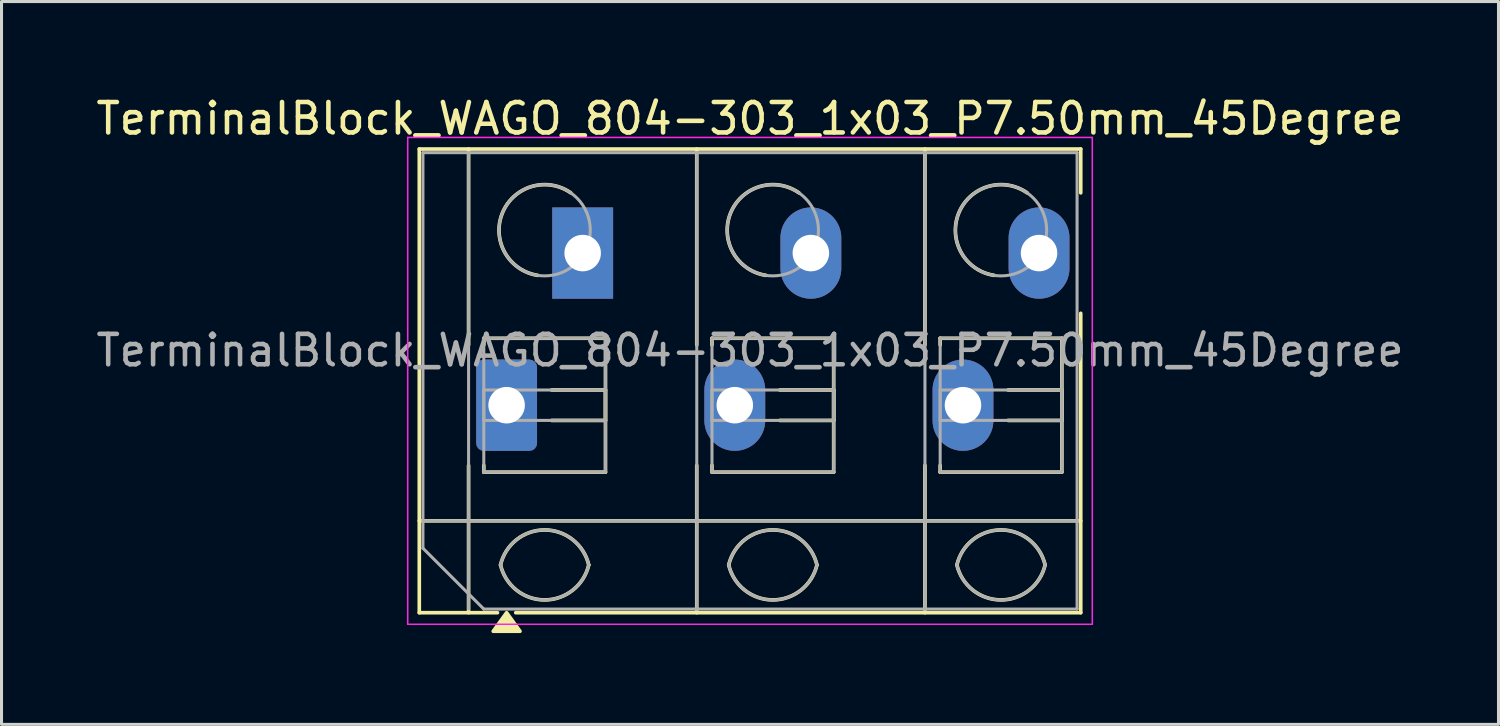
<source format=kicad_pcb>
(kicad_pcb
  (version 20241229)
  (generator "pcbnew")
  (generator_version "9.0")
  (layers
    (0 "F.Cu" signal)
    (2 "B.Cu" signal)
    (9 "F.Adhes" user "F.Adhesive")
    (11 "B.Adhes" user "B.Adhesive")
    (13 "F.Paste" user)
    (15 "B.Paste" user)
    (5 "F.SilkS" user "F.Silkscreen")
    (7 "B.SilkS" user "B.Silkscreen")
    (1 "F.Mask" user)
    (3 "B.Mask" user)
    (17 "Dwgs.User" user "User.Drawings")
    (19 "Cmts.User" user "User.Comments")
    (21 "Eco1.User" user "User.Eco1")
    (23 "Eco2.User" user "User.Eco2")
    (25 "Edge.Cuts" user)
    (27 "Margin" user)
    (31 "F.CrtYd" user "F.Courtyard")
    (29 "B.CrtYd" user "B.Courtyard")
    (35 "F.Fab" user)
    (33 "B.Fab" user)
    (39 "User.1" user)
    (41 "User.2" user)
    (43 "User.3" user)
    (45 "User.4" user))
  (footprint "TerminalBlock_WAGO_804-303_1x03_P7.50mm_45Degree"
    (layer "F.Cu")
    (at 13.601 10.268)
    (property "Reference" "TerminalBlock_WAGO_804-303_1x03_P7.50mm_45Degree" (at 8 -9.42 0) (layer "F.SilkS") (effects (font (size 1 1) (thickness 0.15))))
    (attr through_hole)
    (fp_line (start -2.87 -8.42) (end -2.87 6.82) (stroke (width 0.12) (type solid)) (layer "F.SilkS"))
    (fp_line (start -2.87 -8.42) (end 18.87 -8.42) (stroke (width 0.12) (type solid)) (layer "F.SilkS"))
    (fp_line (start -2.87 3.8) (end 18.87 3.8) (stroke (width 0.12) (type solid)) (layer "F.SilkS"))
    (fp_line (start -2.87 6.82) (end -0.3 6.82) (stroke (width 0.12) (type solid)) (layer "F.SilkS"))
    (fp_line (start -1.25 -8.42) (end -1.25 -1.98) (stroke (width 0.12) (type solid)) (layer "F.SilkS"))
    (fp_line (start -1.25 1.98) (end -1.25 6.82) (stroke (width 0.12) (type solid)) (layer "F.SilkS"))
    (fp_line (start -0.75 -2.2) (end -0.75 -1.98) (stroke (width 0.12) (type solid)) (layer "F.SilkS"))
    (fp_line (start -0.75 -2.2) (end 3.25 -2.2) (stroke (width 0.12) (type solid)) (layer "F.SilkS"))
    (fp_line (start -0.75 1.98) (end -0.75 2.2) (stroke (width 0.12) (type solid)) (layer "F.SilkS"))
    (fp_line (start -0.75 2.2) (end 3.25 2.2) (stroke (width 0.12) (type solid)) (layer "F.SilkS"))
    (fp_line (start 0.3 6.82) (end 18.87 6.82) (stroke (width 0.12) (type solid)) (layer "F.SilkS"))
    (fp_line (start 1.48 -0.5) (end 3.25 -0.5) (stroke (width 0.12) (type solid)) (layer "F.SilkS"))
    (fp_line (start 1.48 0.5) (end 3.25 0.5) (stroke (width 0.12) (type solid)) (layer "F.SilkS"))
    (fp_line (start 3.25 -2.2) (end 3.25 2.2) (stroke (width 0.12) (type solid)) (layer "F.SilkS"))
    (fp_line (start 3.25 -0.5) (end 3.25 0.5) (stroke (width 0.12) (type solid)) (layer "F.SilkS"))
    (fp_line (start 6.25 -8.42) (end 6.25 -1.98) (stroke (width 0.12) (type solid)) (layer "F.SilkS"))
    (fp_line (start 6.25 1.98) (end 6.25 6.82) (stroke (width 0.12) (type solid)) (layer "F.SilkS"))
    (fp_line (start 6.75 -2.2) (end 6.75 -1.98) (stroke (width 0.12) (type solid)) (layer "F.SilkS"))
    (fp_line (start 6.75 -2.2) (end 10.75 -2.2) (stroke (width 0.12) (type solid)) (layer "F.SilkS"))
    (fp_line (start 6.75 1.98) (end 6.75 2.2) (stroke (width 0.12) (type solid)) (layer "F.SilkS"))
    (fp_line (start 6.75 2.2) (end 10.75 2.2) (stroke (width 0.12) (type solid)) (layer "F.SilkS"))
    (fp_line (start 8.98 -0.5) (end 10.75 -0.5) (stroke (width 0.12) (type solid)) (layer "F.SilkS"))
    (fp_line (start 8.98 0.5) (end 10.75 0.5) (stroke (width 0.12) (type solid)) (layer "F.SilkS"))
    (fp_line (start 10.75 -2.2) (end 10.75 2.2) (stroke (width 0.12) (type solid)) (layer "F.SilkS"))
    (fp_line (start 10.75 -0.5) (end 10.75 0.5) (stroke (width 0.12) (type solid)) (layer "F.SilkS"))
    (fp_line (start 13.75 -8.42) (end 13.75 -1.98) (stroke (width 0.12) (type solid)) (layer "F.SilkS"))
    (fp_line (start 13.75 1.98) (end 13.75 6.82) (stroke (width 0.12) (type solid)) (layer "F.SilkS"))
    (fp_line (start 14.25 -2.2) (end 14.25 -1.98) (stroke (width 0.12) (type solid)) (layer "F.SilkS"))
    (fp_line (start 14.25 -2.2) (end 18.25 -2.2) (stroke (width 0.12) (type solid)) (layer "F.SilkS"))
    (fp_line (start 14.25 1.98) (end 14.25 2.2) (stroke (width 0.12) (type solid)) (layer "F.SilkS"))
    (fp_line (start 14.25 2.2) (end 18.25 2.2) (stroke (width 0.12) (type solid)) (layer "F.SilkS"))
    (fp_line (start 16.48 -0.5) (end 18.25 -0.5) (stroke (width 0.12) (type solid)) (layer "F.SilkS"))
    (fp_line (start 16.48 0.5) (end 18.25 0.5) (stroke (width 0.12) (type solid)) (layer "F.SilkS"))
    (fp_line (start 18.25 -2.2) (end 18.25 2.2) (stroke (width 0.12) (type solid)) (layer "F.SilkS"))
    (fp_line (start 18.25 -0.5) (end 18.25 0.5) (stroke (width 0.12) (type solid)) (layer "F.SilkS"))
    (fp_line (start 18.87 -8.42) (end 18.87 -6.98) (stroke (width 0.12) (type solid)) (layer "F.SilkS"))
    (fp_line (start 18.87 -3.02) (end 18.87 6.82) (stroke (width 0.12) (type solid)) (layer "F.SilkS"))
    (fp_arc (start -0.2 5.25) (mid 1.25 4.1) (end 2.7 5.25) (stroke (width 0.12) (type solid)) (layer "F.SilkS"))
    (fp_arc (start 1.02 -4.268) (mid -0.141916 -6.309209) (end 2.109 -6.98) (stroke (width 0.12) (type solid)) (layer "F.SilkS"))
    (fp_arc (start 2.7 5.25) (mid 1.25 6.4) (end -0.2 5.25) (stroke (width 0.12) (type solid)) (layer "F.SilkS"))
    (fp_arc (start 7.3 5.25) (mid 8.75 4.1) (end 10.2 5.25) (stroke (width 0.12) (type solid)) (layer "F.SilkS"))
    (fp_arc (start 8.52 -4.268) (mid 7.358084 -6.309209) (end 9.609 -6.98) (stroke (width 0.12) (type solid)) (layer "F.SilkS"))
    (fp_arc (start 10.2 5.25) (mid 8.75 6.4) (end 7.3 5.25) (stroke (width 0.12) (type solid)) (layer "F.SilkS"))
    (fp_arc (start 14.8 5.25) (mid 16.25 4.1) (end 17.7 5.25) (stroke (width 0.12) (type solid)) (layer "F.SilkS"))
    (fp_arc (start 16.02 -4.268) (mid 14.858084 -6.309209) (end 17.109 -6.98) (stroke (width 0.12) (type solid)) (layer "F.SilkS"))
    (fp_arc (start 17.7 5.25) (mid 16.25 6.4) (end 14.8 5.25) (stroke (width 0.12) (type solid)) (layer "F.SilkS"))
    (fp_poly (pts (xy 0 6.82) (xy 0.44 7.43) (xy -0.44 7.43)) (stroke (width 0.12) (type solid)) (fill yes) (layer "F.SilkS"))
    (fp_line (start -3.25 -8.8) (end -3.25 7.2) (stroke (width 0.05) (type solid)) (layer "F.CrtYd"))
    (fp_line (start -3.25 7.2) (end 19.25 7.2) (stroke (width 0.05) (type solid)) (layer "F.CrtYd"))
    (fp_line (start 19.25 -8.8) (end -3.25 -8.8) (stroke (width 0.05) (type solid)) (layer "F.CrtYd"))
    (fp_line (start 19.25 7.2) (end 19.25 -8.8) (stroke (width 0.05) (type solid)) (layer "F.CrtYd"))
    (fp_line (start -2.75 -8.3) (end 18.75 -8.3) (stroke (width 0.1) (type solid)) (layer "F.Fab"))
    (fp_line (start -2.75 3.8) (end 18.75 3.8) (stroke (width 0.1) (type solid)) (layer "F.Fab"))
    (fp_line (start -2.75 4.7) (end -2.75 -8.3) (stroke (width 0.1) (type solid)) (layer "F.Fab"))
    (fp_line (start -1.25 -8.3) (end -1.25 6.7) (stroke (width 0.1) (type solid)) (layer "F.Fab"))
    (fp_line (start -0.75 -2.2) (end -0.75 2.2) (stroke (width 0.1) (type solid)) (layer "F.Fab"))
    (fp_line (start -0.75 -0.5) (end -0.75 0.5) (stroke (width 0.1) (type solid)) (layer "F.Fab"))
    (fp_line (start -0.75 0.5) (end 3.25 0.5) (stroke (width 0.1) (type solid)) (layer "F.Fab"))
    (fp_line (start -0.75 2.2) (end 3.25 2.2) (stroke (width 0.1) (type solid)) (layer "F.Fab"))
    (fp_line (start -0.75 6.7) (end -2.75 4.7) (stroke (width 0.1) (type solid)) (layer "F.Fab"))
    (fp_line (start 3.25 -2.2) (end -0.75 -2.2) (stroke (width 0.1) (type solid)) (layer "F.Fab"))
    (fp_line (start 3.25 -0.5) (end -0.75 -0.5) (stroke (width 0.1) (type solid)) (layer "F.Fab"))
    (fp_line (start 3.25 0.5) (end 3.25 -0.5) (stroke (width 0.1) (type solid)) (layer "F.Fab"))
    (fp_line (start 3.25 2.2) (end 3.25 -2.2) (stroke (width 0.1) (type solid)) (layer "F.Fab"))
    (fp_line (start 6.25 -8.3) (end 6.25 6.7) (stroke (width 0.1) (type solid)) (layer "F.Fab"))
    (fp_line (start 6.75 -2.2) (end 6.75 2.2) (stroke (width 0.1) (type solid)) (layer "F.Fab"))
    (fp_line (start 6.75 -0.5) (end 6.75 0.5) (stroke (width 0.1) (type solid)) (layer "F.Fab"))
    (fp_line (start 6.75 0.5) (end 10.75 0.5) (stroke (width 0.1) (type solid)) (layer "F.Fab"))
    (fp_line (start 6.75 2.2) (end 10.75 2.2) (stroke (width 0.1) (type solid)) (layer "F.Fab"))
    (fp_line (start 10.75 -2.2) (end 6.75 -2.2) (stroke (width 0.1) (type solid)) (layer "F.Fab"))
    (fp_line (start 10.75 -0.5) (end 6.75 -0.5) (stroke (width 0.1) (type solid)) (layer "F.Fab"))
    (fp_line (start 10.75 0.5) (end 10.75 -0.5) (stroke (width 0.1) (type solid)) (layer "F.Fab"))
    (fp_line (start 10.75 2.2) (end 10.75 -2.2) (stroke (width 0.1) (type solid)) (layer "F.Fab"))
    (fp_line (start 13.75 -8.3) (end 13.75 6.7) (stroke (width 0.1) (type solid)) (layer "F.Fab"))
    (fp_line (start 14.25 -2.2) (end 14.25 2.2) (stroke (width 0.1) (type solid)) (layer "F.Fab"))
    (fp_line (start 14.25 -0.5) (end 14.25 0.5) (stroke (width 0.1) (type solid)) (layer "F.Fab"))
    (fp_line (start 14.25 0.5) (end 18.25 0.5) (stroke (width 0.1) (type solid)) (layer "F.Fab"))
    (fp_line (start 14.25 2.2) (end 18.25 2.2) (stroke (width 0.1) (type solid)) (layer "F.Fab"))
    (fp_line (start 18.25 -2.2) (end 14.25 -2.2) (stroke (width 0.1) (type solid)) (layer "F.Fab"))
    (fp_line (start 18.25 -0.5) (end 14.25 -0.5) (stroke (width 0.1) (type solid)) (layer "F.Fab"))
    (fp_line (start 18.25 0.5) (end 18.25 -0.5) (stroke (width 0.1) (type solid)) (layer "F.Fab"))
    (fp_line (start 18.25 2.2) (end 18.25 -2.2) (stroke (width 0.1) (type solid)) (layer "F.Fab"))
    (fp_line (start 18.75 -8.3) (end 18.75 6.7) (stroke (width 0.1) (type solid)) (layer "F.Fab"))
    (fp_line (start 18.75 6.7) (end -0.75 6.7) (stroke (width 0.1) (type solid)) (layer "F.Fab"))
    (fp_arc (start -0.2 5.25) (mid 1.25 4.1) (end 2.7 5.25) (stroke (width 0.1) (type solid)) (layer "F.Fab"))
    (fp_arc (start 2.7 5.25) (mid 1.25 6.4) (end -0.2 5.25) (stroke (width 0.1) (type solid)) (layer "F.Fab"))
    (fp_arc (start 7.3 5.25) (mid 8.75 4.1) (end 10.2 5.25) (stroke (width 0.1) (type solid)) (layer "F.Fab"))
    (fp_arc (start 10.2 5.25) (mid 8.75 6.4) (end 7.3 5.25) (stroke (width 0.1) (type solid)) (layer "F.Fab"))
    (fp_arc (start 14.8 5.25) (mid 16.25 4.1) (end 17.7 5.25) (stroke (width 0.1) (type solid)) (layer "F.Fab"))
    (fp_arc (start 17.7 5.25) (mid 16.25 6.4) (end 14.8 5.25) (stroke (width 0.1) (type solid)) (layer "F.Fab"))
    (fp_circle (center 1.25 -5.75) (end 2.75 -5.75) (stroke (width 0.1) (type solid)) (fill no) (layer "F.Fab"))
    (fp_circle (center 8.75 -5.75) (end 10.25 -5.75) (stroke (width 0.1) (type solid)) (fill no) (layer "F.Fab"))
    (fp_circle (center 16.25 -5.75) (end 17.75 -5.75) (stroke (width 0.1) (type solid)) (fill no) (layer "F.Fab"))
    (fp_text user "${REFERENCE}" (at 8 -1.8 0) (layer "F.Fab") (effects (font (size 1 1) (thickness 0.15))))
    (pad "1" thru_hole roundrect (at 0 0) (size 2 3) (drill 1.2) (layers "*.Cu" "*.Mask") (roundrect_rratio 0.125))
    (pad "1" thru_hole rect (at 2.5 -5) (size 2 3) (drill 1.2) (layers "*.Cu" "*.Mask"))
    (pad "2" thru_hole oval (at 7.5 0) (size 2 3) (drill 1.2) (layers "*.Cu" "*.Mask"))
    (pad "2" thru_hole oval (at 10 -5) (size 2 3) (drill 1.2) (layers "*.Cu" "*.Mask"))
    (pad "3" thru_hole oval (at 15 0) (size 2 3) (drill 1.2) (layers "*.Cu" "*.Mask"))
    (pad "3" thru_hole oval (at 17.5 -5) (size 2 3) (drill 1.2) (layers "*.Cu" "*.Mask")))
  (gr_rect
    (start -3 -3)
    (end 46.202 20.758)
    (stroke (width 0.1) (type default))
    (fill no)
    (layer "Edge.Cuts")))
</source>
